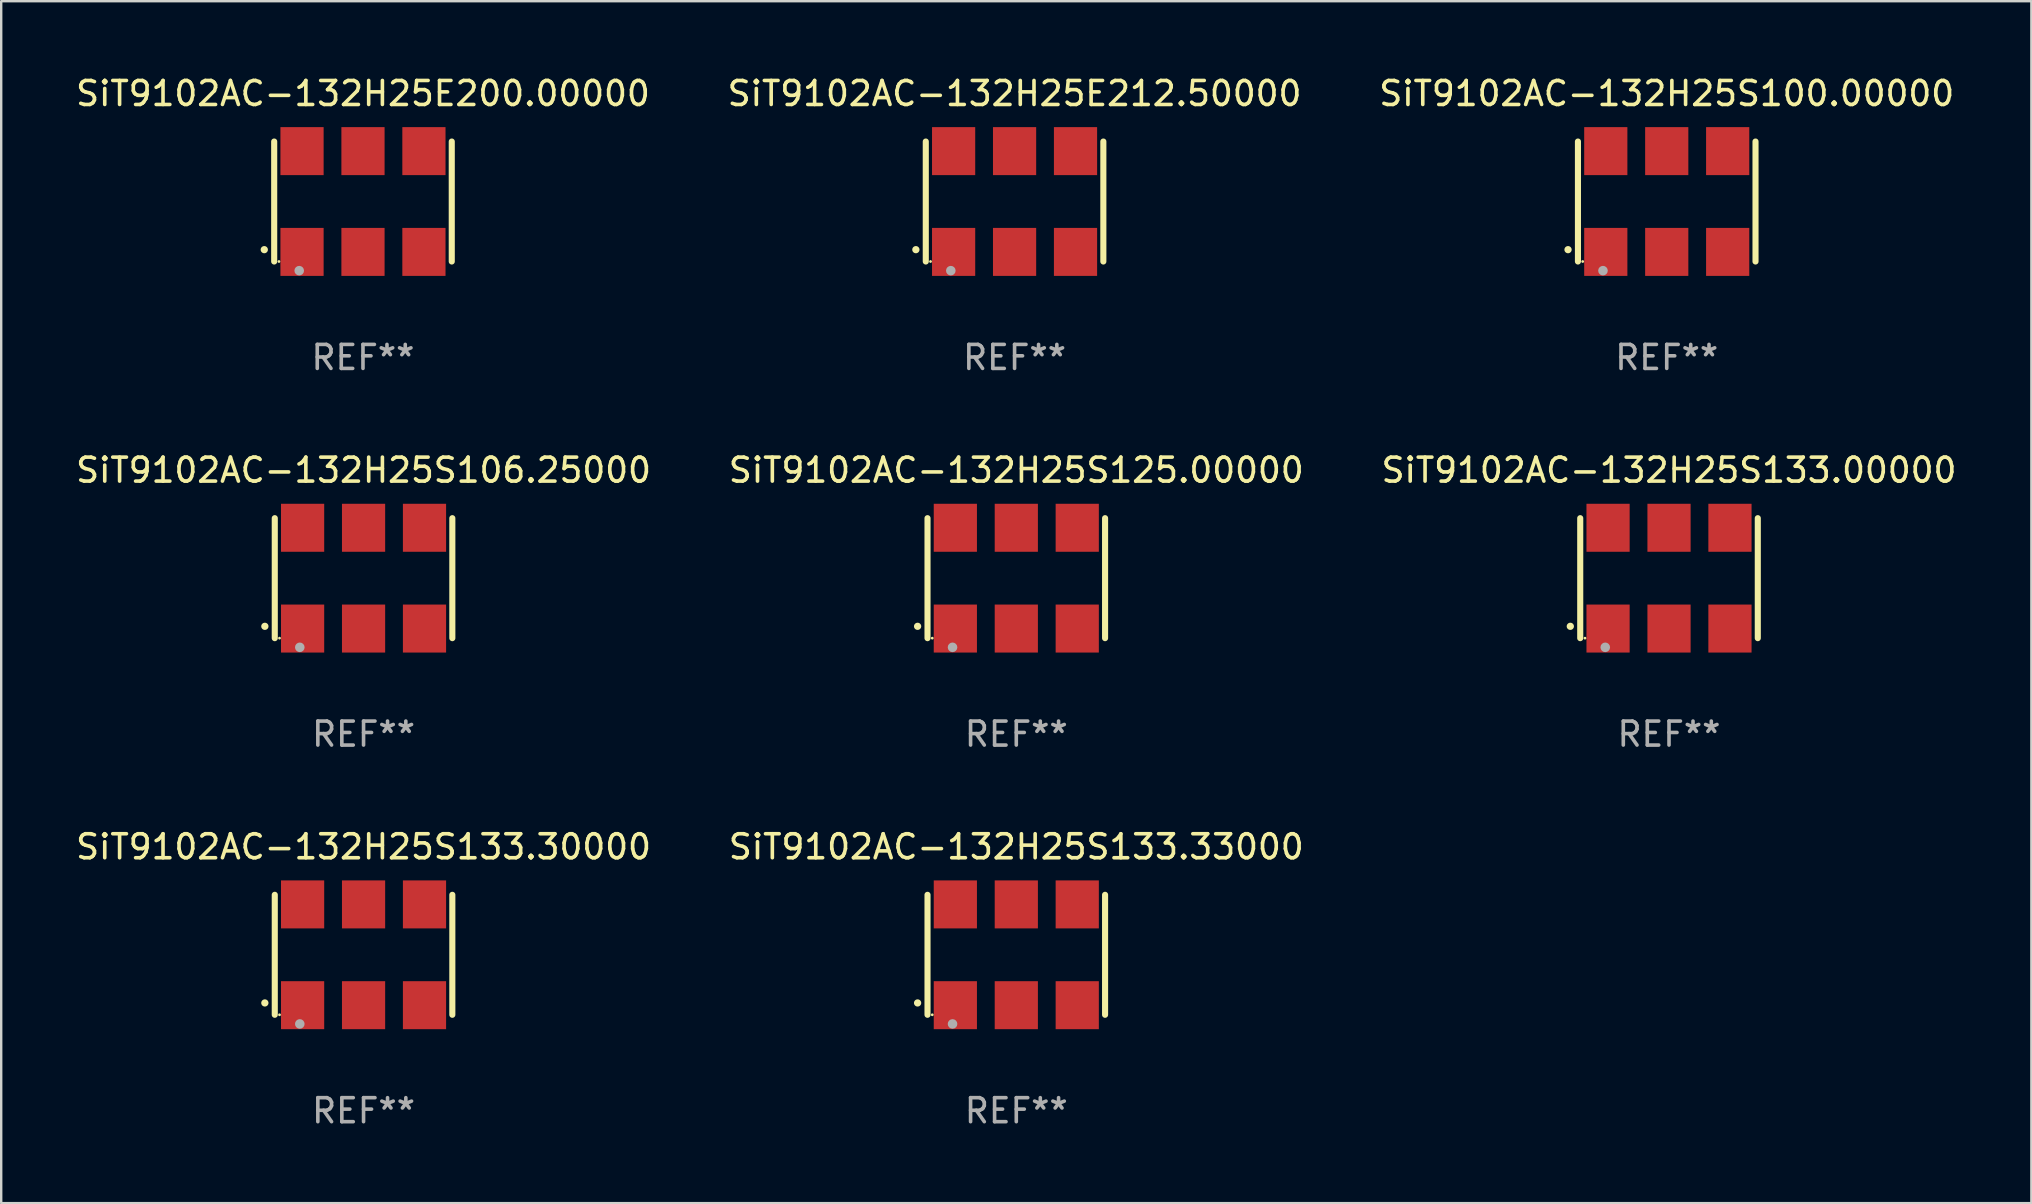
<source format=kicad_pcb>
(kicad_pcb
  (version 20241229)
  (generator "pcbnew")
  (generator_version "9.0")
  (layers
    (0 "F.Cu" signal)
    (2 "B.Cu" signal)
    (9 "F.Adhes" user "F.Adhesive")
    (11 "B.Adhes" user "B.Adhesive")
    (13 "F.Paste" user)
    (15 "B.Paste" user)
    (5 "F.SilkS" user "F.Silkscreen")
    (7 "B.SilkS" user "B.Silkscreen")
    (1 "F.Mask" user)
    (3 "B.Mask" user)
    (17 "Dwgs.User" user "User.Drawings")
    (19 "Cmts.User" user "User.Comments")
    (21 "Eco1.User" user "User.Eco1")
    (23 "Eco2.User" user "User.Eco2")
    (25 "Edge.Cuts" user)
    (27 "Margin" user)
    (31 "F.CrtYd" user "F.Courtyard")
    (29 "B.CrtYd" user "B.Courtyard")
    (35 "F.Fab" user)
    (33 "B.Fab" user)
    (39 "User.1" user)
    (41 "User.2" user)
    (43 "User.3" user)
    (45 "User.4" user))
  (footprint "SiT9102AC-132H25S133.30000"
    (layer "F.Cu")
    (at 12.101 36.741)
    (property "Reference" "SiT9102AC-132H25S133.30000" (at 0 -4.5 0) (layer "F.SilkS") (effects (font (size 1 1) (thickness 0.15))))
    (attr through_hole)
    (fp_line (start -3.7 -2.5) (end -3.7 2.5) (stroke (width 0.254) (type solid)) (layer "F.SilkS"))
    (fp_line (start 3.7 -2.5) (end 3.7 2.5) (stroke (width 0.254) (type solid)) (layer "F.SilkS"))
    (fp_arc (start -4.114415 2.006604) (mid -4.113145 2.006599) (end -4.111875 2.006604) (stroke (width 0.3) (type solid)) (layer "F.SilkS"))
    (fp_circle (center -3.502 2.5) (end -3.472 2.5) (stroke (width 0.06) (type solid)) (fill no) (layer "F.SilkS"))
    (fp_circle (center -2.657 2.882) (end -2.557 2.882) (stroke (width 0.2) (type solid)) (fill no) (layer "F.Fab"))
    (fp_text user "REF**" (at 0 6.5 0) (layer "F.Fab") (effects (font (size 1 1) (thickness 0.15))))
    (pad "1" smd rect (at -2.54 2.1) (size 1.8 2) (layers "F.Cu" "F.Mask" "F.Paste"))
    (pad "2" smd rect (at 0.000394 2.1) (size 1.8 2) (layers "F.Cu" "F.Mask" "F.Paste"))
    (pad "3" smd rect (at 2.54 2.1) (size 1.8 2) (layers "F.Cu" "F.Mask" "F.Paste"))
    (pad "4" smd rect (at 2.54 -2.1) (size 1.8 2) (layers "F.Cu" "F.Mask" "F.Paste"))
    (pad "5" smd rect (at 0.000394 -2.1) (size 1.8 2) (layers "F.Cu" "F.Mask" "F.Paste"))
    (pad "6" smd rect (at -2.54 -2.1) (size 1.8 2) (layers "F.Cu" "F.Mask" "F.Paste")))
  (footprint "SiT9102AC-132H25S106.25000"
    (layer "F.Cu")
    (at 12.101 21.045)
    (property "Reference" "SiT9102AC-132H25S106.25000" (at 0 -4.5 0) (layer "F.SilkS") (effects (font (size 1 1) (thickness 0.15))))
    (attr through_hole)
    (fp_line (start -3.7 -2.5) (end -3.7 2.5) (stroke (width 0.254) (type solid)) (layer "F.SilkS"))
    (fp_line (start 3.7 -2.5) (end 3.7 2.5) (stroke (width 0.254) (type solid)) (layer "F.SilkS"))
    (fp_arc (start -4.114415 2.006604) (mid -4.113145 2.006599) (end -4.111875 2.006604) (stroke (width 0.3) (type solid)) (layer "F.SilkS"))
    (fp_circle (center -3.502 2.5) (end -3.472 2.5) (stroke (width 0.06) (type solid)) (fill no) (layer "F.SilkS"))
    (fp_circle (center -2.657 2.882) (end -2.557 2.882) (stroke (width 0.2) (type solid)) (fill no) (layer "F.Fab"))
    (fp_text user "REF**" (at 0 6.5 0) (layer "F.Fab") (effects (font (size 1 1) (thickness 0.15))))
    (pad "1" smd rect (at -2.54 2.1) (size 1.8 2) (layers "F.Cu" "F.Mask" "F.Paste"))
    (pad "2" smd rect (at 0.000394 2.1) (size 1.8 2) (layers "F.Cu" "F.Mask" "F.Paste"))
    (pad "3" smd rect (at 2.54 2.1) (size 1.8 2) (layers "F.Cu" "F.Mask" "F.Paste"))
    (pad "4" smd rect (at 2.54 -2.1) (size 1.8 2) (layers "F.Cu" "F.Mask" "F.Paste"))
    (pad "5" smd rect (at 0.000394 -2.1) (size 1.8 2) (layers "F.Cu" "F.Mask" "F.Paste"))
    (pad "6" smd rect (at -2.54 -2.1) (size 1.8 2) (layers "F.Cu" "F.Mask" "F.Paste")))
  (footprint "SiT9102AC-132H25S100.00000"
    (layer "F.Cu")
    (at 66.411 5.348)
    (property "Reference" "SiT9102AC-132H25S100.00000" (at 0 -4.5 0) (layer "F.SilkS") (effects (font (size 1 1) (thickness 0.15))))
    (attr through_hole)
    (fp_line (start -3.7 -2.5) (end -3.7 2.5) (stroke (width 0.254) (type solid)) (layer "F.SilkS"))
    (fp_line (start 3.7 -2.5) (end 3.7 2.5) (stroke (width 0.254) (type solid)) (layer "F.SilkS"))
    (fp_arc (start -4.114415 2.006604) (mid -4.113145 2.006599) (end -4.111875 2.006604) (stroke (width 0.3) (type solid)) (layer "F.SilkS"))
    (fp_circle (center -3.502 2.5) (end -3.472 2.5) (stroke (width 0.06) (type solid)) (fill no) (layer "F.SilkS"))
    (fp_circle (center -2.657 2.882) (end -2.557 2.882) (stroke (width 0.2) (type solid)) (fill no) (layer "F.Fab"))
    (fp_text user "REF**" (at 0 6.5 0) (layer "F.Fab") (effects (font (size 1 1) (thickness 0.15))))
    (pad "1" smd rect (at -2.54 2.1) (size 1.8 2) (layers "F.Cu" "F.Mask" "F.Paste"))
    (pad "2" smd rect (at 0.000394 2.1) (size 1.8 2) (layers "F.Cu" "F.Mask" "F.Paste"))
    (pad "3" smd rect (at 2.54 2.1) (size 1.8 2) (layers "F.Cu" "F.Mask" "F.Paste"))
    (pad "4" smd rect (at 2.54 -2.1) (size 1.8 2) (layers "F.Cu" "F.Mask" "F.Paste"))
    (pad "5" smd rect (at 0.000394 -2.1) (size 1.8 2) (layers "F.Cu" "F.Mask" "F.Paste"))
    (pad "6" smd rect (at -2.54 -2.1) (size 1.8 2) (layers "F.Cu" "F.Mask" "F.Paste")))
  (footprint "SiT9102AC-132H25S133.00000"
    (layer "F.Cu")
    (at 66.506 21.045)
    (property "Reference" "SiT9102AC-132H25S133.00000" (at 0 -4.5 0) (layer "F.SilkS") (effects (font (size 1 1) (thickness 0.15))))
    (attr through_hole)
    (fp_line (start -3.7 -2.5) (end -3.7 2.5) (stroke (width 0.254) (type solid)) (layer "F.SilkS"))
    (fp_line (start 3.7 -2.5) (end 3.7 2.5) (stroke (width 0.254) (type solid)) (layer "F.SilkS"))
    (fp_arc (start -4.114415 2.006604) (mid -4.113145 2.006599) (end -4.111875 2.006604) (stroke (width 0.3) (type solid)) (layer "F.SilkS"))
    (fp_circle (center -3.502 2.5) (end -3.472 2.5) (stroke (width 0.06) (type solid)) (fill no) (layer "F.SilkS"))
    (fp_circle (center -2.657 2.882) (end -2.557 2.882) (stroke (width 0.2) (type solid)) (fill no) (layer "F.Fab"))
    (fp_text user "REF**" (at 0 6.5 0) (layer "F.Fab") (effects (font (size 1 1) (thickness 0.15))))
    (pad "1" smd rect (at -2.54 2.1) (size 1.8 2) (layers "F.Cu" "F.Mask" "F.Paste"))
    (pad "2" smd rect (at 0.000394 2.1) (size 1.8 2) (layers "F.Cu" "F.Mask" "F.Paste"))
    (pad "3" smd rect (at 2.54 2.1) (size 1.8 2) (layers "F.Cu" "F.Mask" "F.Paste"))
    (pad "4" smd rect (at 2.54 -2.1) (size 1.8 2) (layers "F.Cu" "F.Mask" "F.Paste"))
    (pad "5" smd rect (at 0.000394 -2.1) (size 1.8 2) (layers "F.Cu" "F.Mask" "F.Paste"))
    (pad "6" smd rect (at -2.54 -2.1) (size 1.8 2) (layers "F.Cu" "F.Mask" "F.Paste")))
  (footprint "SiT9102AC-132H25E200.00000"
    (layer "F.Cu")
    (at 12.077 5.348)
    (property "Reference" "SiT9102AC-132H25E200.00000" (at 0 -4.5 0) (layer "F.SilkS") (effects (font (size 1 1) (thickness 0.15))))
    (attr through_hole)
    (fp_line (start -3.7 -2.5) (end -3.7 2.5) (stroke (width 0.254) (type solid)) (layer "F.SilkS"))
    (fp_line (start 3.7 -2.5) (end 3.7 2.5) (stroke (width 0.254) (type solid)) (layer "F.SilkS"))
    (fp_arc (start -4.114415 2.006604) (mid -4.113145 2.006599) (end -4.111875 2.006604) (stroke (width 0.3) (type solid)) (layer "F.SilkS"))
    (fp_circle (center -3.502 2.5) (end -3.472 2.5) (stroke (width 0.06) (type solid)) (fill no) (layer "F.SilkS"))
    (fp_circle (center -2.657 2.882) (end -2.557 2.882) (stroke (width 0.2) (type solid)) (fill no) (layer "F.Fab"))
    (fp_text user "REF**" (at 0 6.5 0) (layer "F.Fab") (effects (font (size 1 1) (thickness 0.15))))
    (pad "1" smd rect (at -2.54 2.1) (size 1.8 2) (layers "F.Cu" "F.Mask" "F.Paste"))
    (pad "2" smd rect (at 0.000394 2.1) (size 1.8 2) (layers "F.Cu" "F.Mask" "F.Paste"))
    (pad "3" smd rect (at 2.54 2.1) (size 1.8 2) (layers "F.Cu" "F.Mask" "F.Paste"))
    (pad "4" smd rect (at 2.54 -2.1) (size 1.8 2) (layers "F.Cu" "F.Mask" "F.Paste"))
    (pad "5" smd rect (at 0.000394 -2.1) (size 1.8 2) (layers "F.Cu" "F.Mask" "F.Paste"))
    (pad "6" smd rect (at -2.54 -2.1) (size 1.8 2) (layers "F.Cu" "F.Mask" "F.Paste")))
  (footprint "SiT9102AC-132H25E212.50000"
    (layer "F.Cu")
    (at 39.232 5.348)
    (property "Reference" "SiT9102AC-132H25E212.50000" (at 0 -4.5 0) (layer "F.SilkS") (effects (font (size 1 1) (thickness 0.15))))
    (attr through_hole)
    (fp_line (start -3.7 -2.5) (end -3.7 2.5) (stroke (width 0.254) (type solid)) (layer "F.SilkS"))
    (fp_line (start 3.7 -2.5) (end 3.7 2.5) (stroke (width 0.254) (type solid)) (layer "F.SilkS"))
    (fp_arc (start -4.114415 2.006604) (mid -4.113145 2.006599) (end -4.111875 2.006604) (stroke (width 0.3) (type solid)) (layer "F.SilkS"))
    (fp_circle (center -3.502 2.5) (end -3.472 2.5) (stroke (width 0.06) (type solid)) (fill no) (layer "F.SilkS"))
    (fp_circle (center -2.657 2.882) (end -2.557 2.882) (stroke (width 0.2) (type solid)) (fill no) (layer "F.Fab"))
    (fp_text user "REF**" (at 0 6.5 0) (layer "F.Fab") (effects (font (size 1 1) (thickness 0.15))))
    (pad "1" smd rect (at -2.54 2.1) (size 1.8 2) (layers "F.Cu" "F.Mask" "F.Paste"))
    (pad "2" smd rect (at 0.000394 2.1) (size 1.8 2) (layers "F.Cu" "F.Mask" "F.Paste"))
    (pad "3" smd rect (at 2.54 2.1) (size 1.8 2) (layers "F.Cu" "F.Mask" "F.Paste"))
    (pad "4" smd rect (at 2.54 -2.1) (size 1.8 2) (layers "F.Cu" "F.Mask" "F.Paste"))
    (pad "5" smd rect (at 0.000394 -2.1) (size 1.8 2) (layers "F.Cu" "F.Mask" "F.Paste"))
    (pad "6" smd rect (at -2.54 -2.1) (size 1.8 2) (layers "F.Cu" "F.Mask" "F.Paste")))
  (footprint "SiT9102AC-132H25S133.33000"
    (layer "F.Cu")
    (at 39.304 36.741)
    (property "Reference" "SiT9102AC-132H25S133.33000" (at 0 -4.5 0) (layer "F.SilkS") (effects (font (size 1 1) (thickness 0.15))))
    (attr through_hole)
    (fp_line (start -3.7 -2.5) (end -3.7 2.5) (stroke (width 0.254) (type solid)) (layer "F.SilkS"))
    (fp_line (start 3.7 -2.5) (end 3.7 2.5) (stroke (width 0.254) (type solid)) (layer "F.SilkS"))
    (fp_arc (start -4.114415 2.006604) (mid -4.113145 2.006599) (end -4.111875 2.006604) (stroke (width 0.3) (type solid)) (layer "F.SilkS"))
    (fp_circle (center -3.502 2.5) (end -3.472 2.5) (stroke (width 0.06) (type solid)) (fill no) (layer "F.SilkS"))
    (fp_circle (center -2.657 2.882) (end -2.557 2.882) (stroke (width 0.2) (type solid)) (fill no) (layer "F.Fab"))
    (fp_text user "REF**" (at 0 6.5 0) (layer "F.Fab") (effects (font (size 1 1) (thickness 0.15))))
    (pad "1" smd rect (at -2.54 2.1) (size 1.8 2) (layers "F.Cu" "F.Mask" "F.Paste"))
    (pad "2" smd rect (at 0.000394 2.1) (size 1.8 2) (layers "F.Cu" "F.Mask" "F.Paste"))
    (pad "3" smd rect (at 2.54 2.1) (size 1.8 2) (layers "F.Cu" "F.Mask" "F.Paste"))
    (pad "4" smd rect (at 2.54 -2.1) (size 1.8 2) (layers "F.Cu" "F.Mask" "F.Paste"))
    (pad "5" smd rect (at 0.000394 -2.1) (size 1.8 2) (layers "F.Cu" "F.Mask" "F.Paste"))
    (pad "6" smd rect (at -2.54 -2.1) (size 1.8 2) (layers "F.Cu" "F.Mask" "F.Paste")))
  (footprint "SiT9102AC-132H25S125.00000"
    (layer "F.Cu")
    (at 39.304 21.045)
    (property "Reference" "SiT9102AC-132H25S125.00000" (at 0 -4.5 0) (layer "F.SilkS") (effects (font (size 1 1) (thickness 0.15))))
    (attr through_hole)
    (fp_line (start -3.7 -2.5) (end -3.7 2.5) (stroke (width 0.254) (type solid)) (layer "F.SilkS"))
    (fp_line (start 3.7 -2.5) (end 3.7 2.5) (stroke (width 0.254) (type solid)) (layer "F.SilkS"))
    (fp_arc (start -4.114415 2.006604) (mid -4.113145 2.006599) (end -4.111875 2.006604) (stroke (width 0.3) (type solid)) (layer "F.SilkS"))
    (fp_circle (center -3.502 2.5) (end -3.472 2.5) (stroke (width 0.06) (type solid)) (fill no) (layer "F.SilkS"))
    (fp_circle (center -2.657 2.882) (end -2.557 2.882) (stroke (width 0.2) (type solid)) (fill no) (layer "F.Fab"))
    (fp_text user "REF**" (at 0 6.5 0) (layer "F.Fab") (effects (font (size 1 1) (thickness 0.15))))
    (pad "1" smd rect (at -2.54 2.1) (size 1.8 2) (layers "F.Cu" "F.Mask" "F.Paste"))
    (pad "2" smd rect (at 0.000394 2.1) (size 1.8 2) (layers "F.Cu" "F.Mask" "F.Paste"))
    (pad "3" smd rect (at 2.54 2.1) (size 1.8 2) (layers "F.Cu" "F.Mask" "F.Paste"))
    (pad "4" smd rect (at 2.54 -2.1) (size 1.8 2) (layers "F.Cu" "F.Mask" "F.Paste"))
    (pad "5" smd rect (at 0.000394 -2.1) (size 1.8 2) (layers "F.Cu" "F.Mask" "F.Paste"))
    (pad "6" smd rect (at -2.54 -2.1) (size 1.8 2) (layers "F.Cu" "F.Mask" "F.Paste")))
  (gr_rect
    (start -3 -3)
    (end 81.607 47.09)
    (stroke (width 0.1) (type default))
    (fill no)
    (layer "Edge.Cuts")))
</source>
